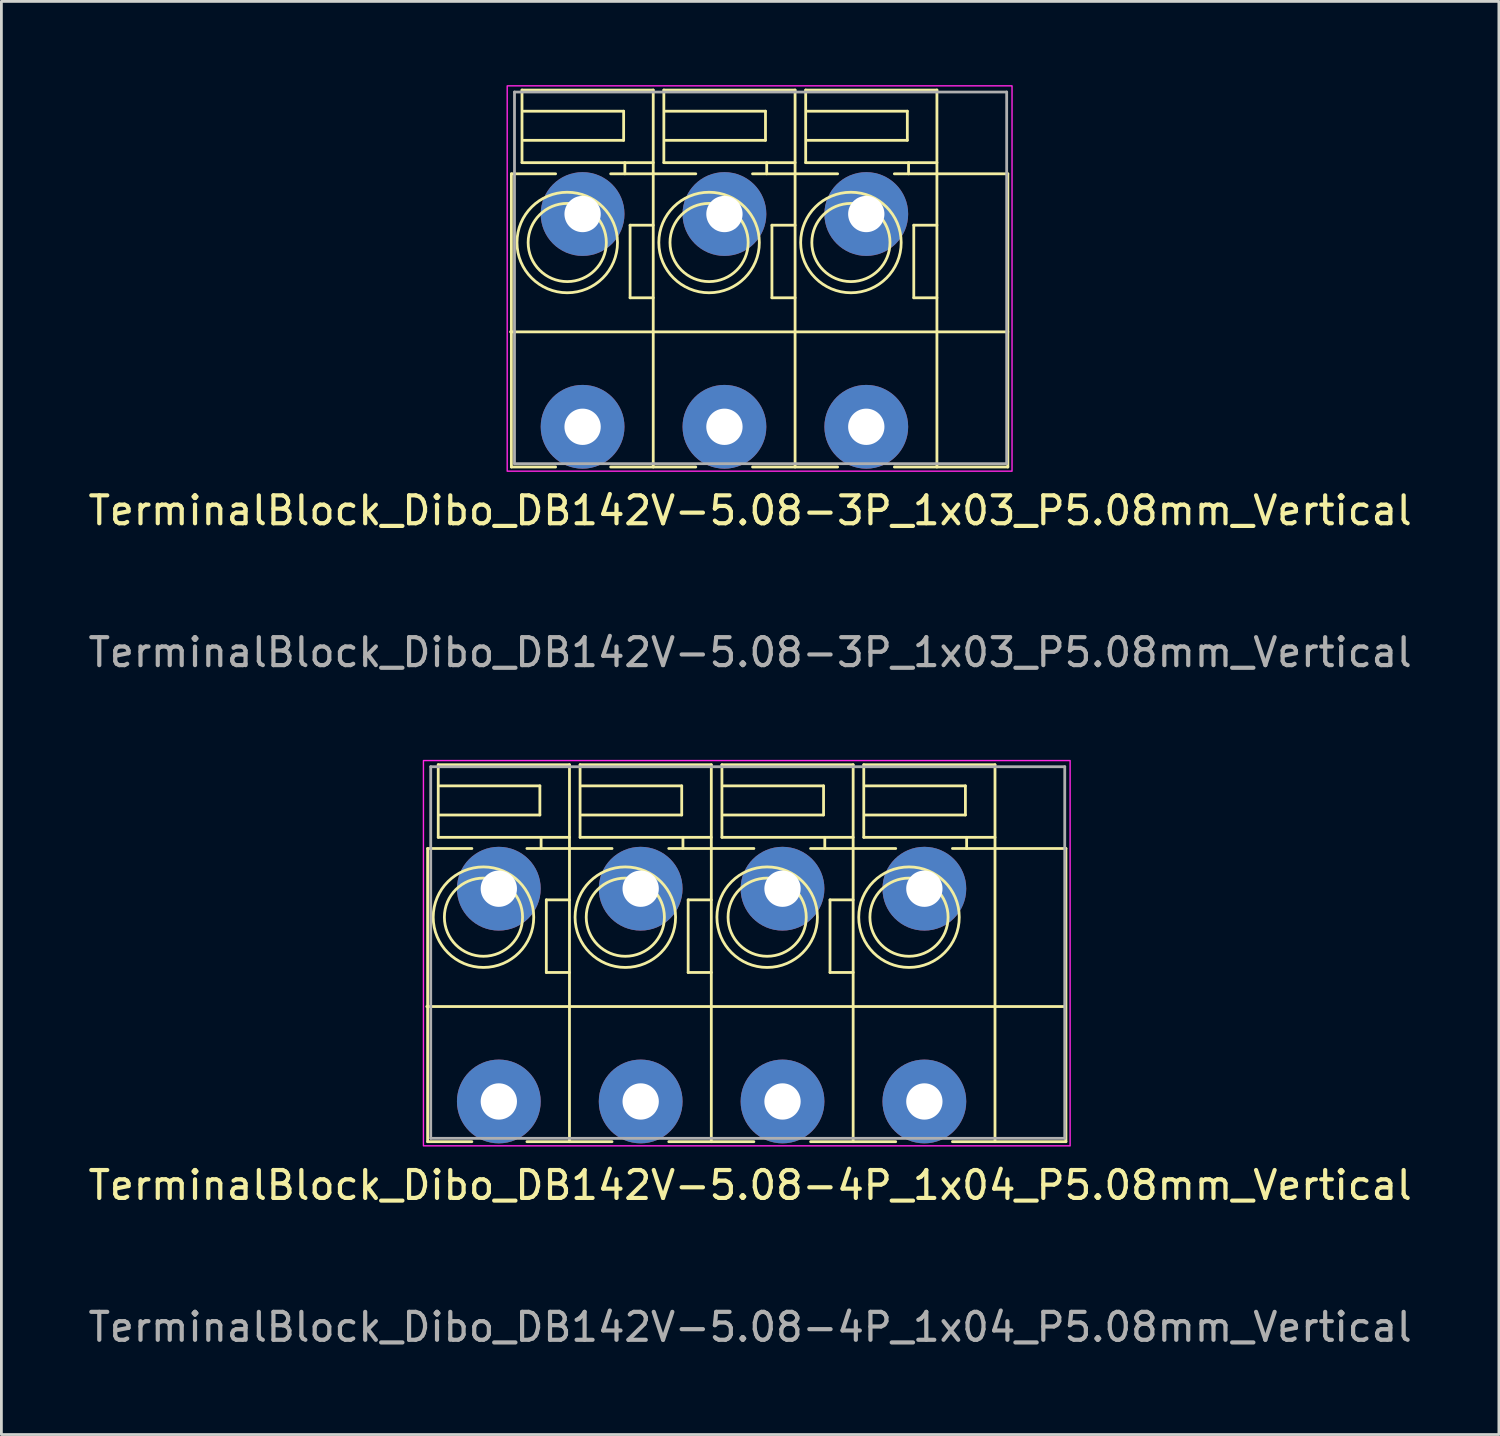
<source format=kicad_pcb>
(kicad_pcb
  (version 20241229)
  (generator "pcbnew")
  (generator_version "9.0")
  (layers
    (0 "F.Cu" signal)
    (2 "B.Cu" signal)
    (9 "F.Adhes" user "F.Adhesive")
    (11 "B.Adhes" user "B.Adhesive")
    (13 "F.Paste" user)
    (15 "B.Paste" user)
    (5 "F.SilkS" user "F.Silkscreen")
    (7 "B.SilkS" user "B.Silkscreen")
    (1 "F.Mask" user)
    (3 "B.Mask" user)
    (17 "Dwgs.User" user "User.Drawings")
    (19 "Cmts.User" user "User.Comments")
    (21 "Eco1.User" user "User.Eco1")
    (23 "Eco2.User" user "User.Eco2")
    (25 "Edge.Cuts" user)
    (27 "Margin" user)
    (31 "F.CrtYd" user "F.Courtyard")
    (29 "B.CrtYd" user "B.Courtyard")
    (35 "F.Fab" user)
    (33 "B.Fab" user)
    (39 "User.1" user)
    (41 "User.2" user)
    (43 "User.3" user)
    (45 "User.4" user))
  (footprint "TerminalBlock_Dibo_DB142V-5.08-3P_1x03_P5.08mm_Vertical"
    (layer "F.Cu")
    (at 17.815 12.235)
    (property "Reference" "TerminalBlock_Dibo_DB142V-5.08-3P_1x03_P5.08mm_Vertical" (at 6 3 0) (unlocked yes) (layer "F.SilkS") (effects (font (size 1 1) (thickness 0.15))))
    (attr through_hole)
    (fp_line (start -2.55 1.44) (end -2.55 -9.06) (stroke (width 0.1) (type default)) (layer "F.SilkS"))
    (fp_line (start -2.17 -12.06) (end 2.53 -12.06) (stroke (width 0.1) (type default)) (layer "F.SilkS"))
    (fp_line (start -2.17 -9.46) (end -2.17 -12.06) (stroke (width 0.1) (type default)) (layer "F.SilkS"))
    (fp_line (start -2.11 -10.26) (end 1.47 -10.26) (stroke (width 0.1) (type default)) (layer "F.SilkS"))
    (fp_line (start -0.966 -9.06) (end -2.55 -9.06) (stroke (width 0.1) (type default)) (layer "F.SilkS"))
    (fp_line (start -0.966 1.44) (end -2.55 1.44) (stroke (width 0.1) (type default)) (layer "F.SilkS"))
    (fp_line (start 1.47 -11.303) (end -2.11 -11.303) (stroke (width 0.1) (type default)) (layer "F.SilkS"))
    (fp_line (start 1.47 -10.26) (end 1.47 -11.303) (stroke (width 0.1) (type default)) (layer "F.SilkS"))
    (fp_line (start 1.514 -9.46) (end 1.514 -9.06) (stroke (width 0.1) (type default)) (layer "F.SilkS"))
    (fp_line (start 1.701 -7.22) (end 2.53 -7.22) (stroke (width 0.1) (type default)) (layer "F.SilkS"))
    (fp_line (start 1.701 -4.62) (end 1.701 -7.22) (stroke (width 0.1) (type default)) (layer "F.SilkS"))
    (fp_line (start 2.53 -12.06) (end 2.53 -9.06) (stroke (width 0.1) (type default)) (layer "F.SilkS"))
    (fp_line (start 2.53 -9.46) (end -2.17 -9.46) (stroke (width 0.1) (type default)) (layer "F.SilkS"))
    (fp_line (start 2.53 -4.62) (end 1.701 -4.62) (stroke (width 0.1) (type default)) (layer "F.SilkS"))
    (fp_line (start 2.53 1.44) (end 2.53 -9.06) (stroke (width 0.1) (type default)) (layer "F.SilkS"))
    (fp_line (start 2.91 -12.06) (end 7.61 -12.06) (stroke (width 0.1) (type default)) (layer "F.SilkS"))
    (fp_line (start 2.91 -9.46) (end 2.91 -12.06) (stroke (width 0.1) (type default)) (layer "F.SilkS"))
    (fp_line (start 2.97 -10.26) (end 6.55 -10.26) (stroke (width 0.1) (type default)) (layer "F.SilkS"))
    (fp_line (start 4.054 -9.06) (end 1.006 -9.06) (stroke (width 0.1) (type default)) (layer "F.SilkS"))
    (fp_line (start 4.054 1.44) (end 1.006 1.44) (stroke (width 0.1) (type default)) (layer "F.SilkS"))
    (fp_line (start 6.55 -11.303) (end 2.97 -11.303) (stroke (width 0.1) (type default)) (layer "F.SilkS"))
    (fp_line (start 6.55 -10.26) (end 6.55 -11.303) (stroke (width 0.1) (type default)) (layer "F.SilkS"))
    (fp_line (start 6.594 -9.46) (end 6.594 -9.06) (stroke (width 0.1) (type default)) (layer "F.SilkS"))
    (fp_line (start 6.781 -7.22) (end 7.61 -7.22) (stroke (width 0.1) (type default)) (layer "F.SilkS"))
    (fp_line (start 6.781 -4.62) (end 6.781 -7.22) (stroke (width 0.1) (type default)) (layer "F.SilkS"))
    (fp_line (start 7.61 -12.06) (end 7.61 -9.06) (stroke (width 0.1) (type default)) (layer "F.SilkS"))
    (fp_line (start 7.61 -9.46) (end 2.91 -9.46) (stroke (width 0.1) (type default)) (layer "F.SilkS"))
    (fp_line (start 7.61 -4.62) (end 6.781 -4.62) (stroke (width 0.1) (type default)) (layer "F.SilkS"))
    (fp_line (start 7.61 1.44) (end 7.61 -9.06) (stroke (width 0.1) (type default)) (layer "F.SilkS"))
    (fp_line (start 7.99 -12.06) (end 12.69 -12.06) (stroke (width 0.1) (type default)) (layer "F.SilkS"))
    (fp_line (start 7.99 -9.46) (end 7.99 -12.06) (stroke (width 0.1) (type default)) (layer "F.SilkS"))
    (fp_line (start 8.05 -10.26) (end 11.63 -10.26) (stroke (width 0.1) (type default)) (layer "F.SilkS"))
    (fp_line (start 9.134 -9.06) (end 6.086 -9.06) (stroke (width 0.1) (type default)) (layer "F.SilkS"))
    (fp_line (start 9.134 1.44) (end 6.086 1.44) (stroke (width 0.1) (type default)) (layer "F.SilkS"))
    (fp_line (start 11.166 -9.06) (end 15.23 -9.06) (stroke (width 0.1) (type default)) (layer "F.SilkS"))
    (fp_line (start 11.63 -11.303) (end 8.05 -11.303) (stroke (width 0.1) (type default)) (layer "F.SilkS"))
    (fp_line (start 11.63 -10.26) (end 11.63 -11.303) (stroke (width 0.1) (type default)) (layer "F.SilkS"))
    (fp_line (start 11.674 -9.46) (end 11.674 -9.06) (stroke (width 0.1) (type default)) (layer "F.SilkS"))
    (fp_line (start 11.861 -7.22) (end 12.69 -7.22) (stroke (width 0.1) (type default)) (layer "F.SilkS"))
    (fp_line (start 11.861 -4.62) (end 11.861 -7.22) (stroke (width 0.1) (type default)) (layer "F.SilkS"))
    (fp_line (start 12.69 -12.06) (end 12.69 -9.06) (stroke (width 0.1) (type default)) (layer "F.SilkS"))
    (fp_line (start 12.69 -9.46) (end 7.99 -9.46) (stroke (width 0.1) (type default)) (layer "F.SilkS"))
    (fp_line (start 12.69 -4.62) (end 11.861 -4.62) (stroke (width 0.1) (type default)) (layer "F.SilkS"))
    (fp_line (start 12.69 1.44) (end 12.69 -9.06) (stroke (width 0.1) (type default)) (layer "F.SilkS"))
    (fp_line (start 15.23 -9.06) (end 15.23 1.44) (stroke (width 0.1) (type default)) (layer "F.SilkS"))
    (fp_line (start 15.23 -3.4) (end -2.58 -3.4) (stroke (width 0.1) (type default)) (layer "F.SilkS"))
    (fp_line (start 15.23 1.44) (end 11.166 1.44) (stroke (width 0.1) (type default)) (layer "F.SilkS"))
    (fp_circle (center -0.55 -6.6) (end 0.85 -6.6) (stroke (width 0.1) (type default)) (fill no) (layer "F.SilkS"))
    (fp_circle (center -0.55 -6.6) (end 1.25 -6.6) (stroke (width 0.1) (type default)) (fill no) (layer "F.SilkS"))
    (fp_circle (center 4.53 -6.6) (end 5.93 -6.6) (stroke (width 0.1) (type default)) (fill no) (layer "F.SilkS"))
    (fp_circle (center 4.53 -6.6) (end 6.33 -6.6) (stroke (width 0.1) (type default)) (fill no) (layer "F.SilkS"))
    (fp_circle (center 9.61 -6.6) (end 11.01 -6.6) (stroke (width 0.1) (type default)) (fill no) (layer "F.SilkS"))
    (fp_circle (center 9.61 -6.6) (end 11.41 -6.6) (stroke (width 0.1) (type default)) (fill no) (layer "F.SilkS"))
    (fp_rect (start 15.38 1.59) (end -2.7 -12.21) (stroke (width 0.05) (type default)) (fill no) (layer "F.CrtYd"))
    (fp_line (start -2.439 -11.989) (end 15.188 -11.989) (stroke (width 0.1) (type default)) (layer "F.Fab"))
    (fp_line (start -2.439 1.321) (end -2.439 -11.989) (stroke (width 0.1) (type default)) (layer "F.Fab"))
    (fp_line (start 15.188 -11.989) (end 15.188 1.321) (stroke (width 0.1) (type default)) (layer "F.Fab"))
    (fp_line (start 15.188 1.321) (end -2.439 1.321) (stroke (width 0.1) (type default)) (layer "F.Fab"))
    (fp_text user "${REFERENCE}" (at 6 8.08 0) (unlocked yes) (layer "F.Fab") (effects (font (size 1 1) (thickness 0.15))))
    (pad "1" thru_hole circle (at 0 -7.62 180) (size 3 3) (drill 1.3) (layers "*.Cu" "*.Mask"))
    (pad "1" thru_hole circle (at 0 0 180) (size 3 3) (drill 1.3) (layers "*.Cu" "*.Mask"))
    (pad "2" thru_hole circle (at 5.08 -7.62 180) (size 3 3) (drill 1.3) (layers "*.Cu" "*.Mask"))
    (pad "2" thru_hole circle (at 5.08 0 180) (size 3 3) (drill 1.3) (layers "*.Cu" "*.Mask"))
    (pad "3" thru_hole circle (at 10.16 -7.62 180) (size 3 3) (drill 1.3) (layers "*.Cu" "*.Mask"))
    (pad "3" thru_hole circle (at 10.16 0 180) (size 3 3) (drill 1.3) (layers "*.Cu" "*.Mask")))
  (footprint "TerminalBlock_Dibo_DB142V-5.08-4P_1x04_P5.08mm_Vertical"
    (layer "F.Cu")
    (at 14.815 36.398)
    (property "Reference" "TerminalBlock_Dibo_DB142V-5.08-4P_1x04_P5.08mm_Vertical" (at 9 3 0) (unlocked yes) (layer "F.SilkS") (effects (font (size 1 1) (thickness 0.15))))
    (attr through_hole)
    (fp_line (start -2.55 1.44) (end -2.55 -9.06) (stroke (width 0.1) (type default)) (layer "F.SilkS"))
    (fp_line (start -2.17 -12.06) (end 2.53 -12.06) (stroke (width 0.1) (type default)) (layer "F.SilkS"))
    (fp_line (start -2.17 -9.46) (end -2.17 -12.06) (stroke (width 0.1) (type default)) (layer "F.SilkS"))
    (fp_line (start -2.11 -10.26) (end 1.47 -10.26) (stroke (width 0.1) (type default)) (layer "F.SilkS"))
    (fp_line (start -0.966 -9.06) (end -2.55 -9.06) (stroke (width 0.1) (type default)) (layer "F.SilkS"))
    (fp_line (start -0.966 1.44) (end -2.55 1.44) (stroke (width 0.1) (type default)) (layer "F.SilkS"))
    (fp_line (start 1.47 -11.303) (end -2.11 -11.303) (stroke (width 0.1) (type default)) (layer "F.SilkS"))
    (fp_line (start 1.47 -10.26) (end 1.47 -11.303) (stroke (width 0.1) (type default)) (layer "F.SilkS"))
    (fp_line (start 1.514 -9.46) (end 1.514 -9.06) (stroke (width 0.1) (type default)) (layer "F.SilkS"))
    (fp_line (start 1.701 -7.22) (end 2.53 -7.22) (stroke (width 0.1) (type default)) (layer "F.SilkS"))
    (fp_line (start 1.701 -4.62) (end 1.701 -7.22) (stroke (width 0.1) (type default)) (layer "F.SilkS"))
    (fp_line (start 2.53 -12.06) (end 2.53 -9.06) (stroke (width 0.1) (type default)) (layer "F.SilkS"))
    (fp_line (start 2.53 -9.46) (end -2.17 -9.46) (stroke (width 0.1) (type default)) (layer "F.SilkS"))
    (fp_line (start 2.53 -4.62) (end 1.701 -4.62) (stroke (width 0.1) (type default)) (layer "F.SilkS"))
    (fp_line (start 2.53 1.44) (end 2.53 -9.06) (stroke (width 0.1) (type default)) (layer "F.SilkS"))
    (fp_line (start 2.91 -12.06) (end 7.61 -12.06) (stroke (width 0.1) (type default)) (layer "F.SilkS"))
    (fp_line (start 2.91 -9.46) (end 2.91 -12.06) (stroke (width 0.1) (type default)) (layer "F.SilkS"))
    (fp_line (start 2.97 -10.26) (end 6.55 -10.26) (stroke (width 0.1) (type default)) (layer "F.SilkS"))
    (fp_line (start 4.054 -9.06) (end 1.006 -9.06) (stroke (width 0.1) (type default)) (layer "F.SilkS"))
    (fp_line (start 4.054 1.44) (end 1.006 1.44) (stroke (width 0.1) (type default)) (layer "F.SilkS"))
    (fp_line (start 6.55 -11.303) (end 2.97 -11.303) (stroke (width 0.1) (type default)) (layer "F.SilkS"))
    (fp_line (start 6.55 -10.26) (end 6.55 -11.303) (stroke (width 0.1) (type default)) (layer "F.SilkS"))
    (fp_line (start 6.594 -9.46) (end 6.594 -9.06) (stroke (width 0.1) (type default)) (layer "F.SilkS"))
    (fp_line (start 6.781 -7.22) (end 7.61 -7.22) (stroke (width 0.1) (type default)) (layer "F.SilkS"))
    (fp_line (start 6.781 -4.62) (end 6.781 -7.22) (stroke (width 0.1) (type default)) (layer "F.SilkS"))
    (fp_line (start 7.61 -12.06) (end 7.61 -9.06) (stroke (width 0.1) (type default)) (layer "F.SilkS"))
    (fp_line (start 7.61 -9.46) (end 2.91 -9.46) (stroke (width 0.1) (type default)) (layer "F.SilkS"))
    (fp_line (start 7.61 -4.62) (end 6.781 -4.62) (stroke (width 0.1) (type default)) (layer "F.SilkS"))
    (fp_line (start 7.61 1.44) (end 7.61 -9.06) (stroke (width 0.1) (type default)) (layer "F.SilkS"))
    (fp_line (start 7.99 -12.06) (end 12.69 -12.06) (stroke (width 0.1) (type default)) (layer "F.SilkS"))
    (fp_line (start 7.99 -9.46) (end 7.99 -12.06) (stroke (width 0.1) (type default)) (layer "F.SilkS"))
    (fp_line (start 8.05 -10.26) (end 11.63 -10.26) (stroke (width 0.1) (type default)) (layer "F.SilkS"))
    (fp_line (start 9.134 -9.06) (end 6.086 -9.06) (stroke (width 0.1) (type default)) (layer "F.SilkS"))
    (fp_line (start 9.134 1.44) (end 6.086 1.44) (stroke (width 0.1) (type default)) (layer "F.SilkS"))
    (fp_line (start 11.63 -11.303) (end 8.05 -11.303) (stroke (width 0.1) (type default)) (layer "F.SilkS"))
    (fp_line (start 11.63 -10.26) (end 11.63 -11.303) (stroke (width 0.1) (type default)) (layer "F.SilkS"))
    (fp_line (start 11.674 -9.46) (end 11.674 -9.06) (stroke (width 0.1) (type default)) (layer "F.SilkS"))
    (fp_line (start 11.861 -7.22) (end 12.69 -7.22) (stroke (width 0.1) (type default)) (layer "F.SilkS"))
    (fp_line (start 11.861 -4.62) (end 11.861 -7.22) (stroke (width 0.1) (type default)) (layer "F.SilkS"))
    (fp_line (start 12.69 -12.06) (end 12.69 -9.06) (stroke (width 0.1) (type default)) (layer "F.SilkS"))
    (fp_line (start 12.69 -9.46) (end 7.99 -9.46) (stroke (width 0.1) (type default)) (layer "F.SilkS"))
    (fp_line (start 12.69 -4.62) (end 11.861 -4.62) (stroke (width 0.1) (type default)) (layer "F.SilkS"))
    (fp_line (start 12.69 1.44) (end 12.69 -9.06) (stroke (width 0.1) (type default)) (layer "F.SilkS"))
    (fp_line (start 13.07 -12.06) (end 17.77 -12.06) (stroke (width 0.1) (type default)) (layer "F.SilkS"))
    (fp_line (start 13.07 -9.46) (end 13.07 -12.06) (stroke (width 0.1) (type default)) (layer "F.SilkS"))
    (fp_line (start 13.13 -10.26) (end 16.71 -10.26) (stroke (width 0.1) (type default)) (layer "F.SilkS"))
    (fp_line (start 14.214 -9.06) (end 11.166 -9.06) (stroke (width 0.1) (type default)) (layer "F.SilkS"))
    (fp_line (start 14.214 1.44) (end 11.166 1.44) (stroke (width 0.1) (type default)) (layer "F.SilkS"))
    (fp_line (start 16.246 -9.06) (end 20.31 -9.06) (stroke (width 0.1) (type default)) (layer "F.SilkS"))
    (fp_line (start 16.71 -11.303) (end 13.13 -11.303) (stroke (width 0.1) (type default)) (layer "F.SilkS"))
    (fp_line (start 16.71 -10.26) (end 16.71 -11.303) (stroke (width 0.1) (type default)) (layer "F.SilkS"))
    (fp_line (start 16.754 -9.46) (end 16.754 -9.06) (stroke (width 0.1) (type default)) (layer "F.SilkS"))
    (fp_line (start 17.77 -12.06) (end 17.77 -9.06) (stroke (width 0.1) (type default)) (layer "F.SilkS"))
    (fp_line (start 17.77 -9.46) (end 13.07 -9.46) (stroke (width 0.1) (type default)) (layer "F.SilkS"))
    (fp_line (start 17.77 1.44) (end 17.77 -9.06) (stroke (width 0.1) (type default)) (layer "F.SilkS"))
    (fp_line (start 20.28 -3.4) (end -2.58 -3.4) (stroke (width 0.1) (type default)) (layer "F.SilkS"))
    (fp_line (start 20.31 -9.06) (end 20.31 1.44) (stroke (width 0.1) (type default)) (layer "F.SilkS"))
    (fp_line (start 20.31 1.44) (end 16.246 1.44) (stroke (width 0.1) (type default)) (layer "F.SilkS"))
    (fp_circle (center -0.55 -6.6) (end 0.85 -6.6) (stroke (width 0.1) (type default)) (fill no) (layer "F.SilkS"))
    (fp_circle (center -0.55 -6.6) (end 1.25 -6.6) (stroke (width 0.1) (type default)) (fill no) (layer "F.SilkS"))
    (fp_circle (center 4.53 -6.6) (end 5.93 -6.6) (stroke (width 0.1) (type default)) (fill no) (layer "F.SilkS"))
    (fp_circle (center 4.53 -6.6) (end 6.33 -6.6) (stroke (width 0.1) (type default)) (fill no) (layer "F.SilkS"))
    (fp_circle (center 9.61 -6.6) (end 11.01 -6.6) (stroke (width 0.1) (type default)) (fill no) (layer "F.SilkS"))
    (fp_circle (center 9.61 -6.6) (end 11.41 -6.6) (stroke (width 0.1) (type default)) (fill no) (layer "F.SilkS"))
    (fp_circle (center 14.69 -6.6) (end 16.09 -6.6) (stroke (width 0.1) (type default)) (fill no) (layer "F.SilkS"))
    (fp_circle (center 14.69 -6.6) (end 16.49 -6.6) (stroke (width 0.1) (type default)) (fill no) (layer "F.SilkS"))
    (fp_rect (start 20.46 1.59) (end -2.7 -12.21) (stroke (width 0.05) (type default)) (fill no) (layer "F.CrtYd"))
    (fp_line (start -2.439 -11.989) (end 20.268 -11.989) (stroke (width 0.1) (type default)) (layer "F.Fab"))
    (fp_line (start -2.439 1.321) (end -2.439 -11.989) (stroke (width 0.1) (type default)) (layer "F.Fab"))
    (fp_line (start 20.268 -11.989) (end 20.268 1.321) (stroke (width 0.1) (type default)) (layer "F.Fab"))
    (fp_line (start 20.268 1.321) (end -2.439 1.321) (stroke (width 0.1) (type default)) (layer "F.Fab"))
    (fp_text user "${REFERENCE}" (at 9 8.08 0) (unlocked yes) (layer "F.Fab") (effects (font (size 1 1) (thickness 0.15))))
    (pad "1" thru_hole circle (at 0 -7.62 180) (size 3 3) (drill 1.3) (layers "*.Cu" "*.Mask"))
    (pad "1" thru_hole circle (at 0 0 180) (size 3 3) (drill 1.3) (layers "*.Cu" "*.Mask"))
    (pad "2" thru_hole circle (at 5.08 -7.62 180) (size 3 3) (drill 1.3) (layers "*.Cu" "*.Mask"))
    (pad "2" thru_hole circle (at 5.08 0 180) (size 3 3) (drill 1.3) (layers "*.Cu" "*.Mask"))
    (pad "3" thru_hole circle (at 10.16 -7.62 180) (size 3 3) (drill 1.3) (layers "*.Cu" "*.Mask"))
    (pad "3" thru_hole circle (at 10.16 0 180) (size 3 3) (drill 1.3) (layers "*.Cu" "*.Mask"))
    (pad "4" thru_hole circle (at 15.24 -7.62 180) (size 3 3) (drill 1.3) (layers "*.Cu" "*.Mask"))
    (pad "4" thru_hole circle (at 15.24 0 180) (size 3 3) (drill 1.3) (layers "*.Cu" "*.Mask")))
  (gr_rect
    (start -3 -3)
    (end 50.631 48.327)
    (stroke (width 0.1) (type default))
    (fill no)
    (layer "Edge.Cuts")))
</source>
